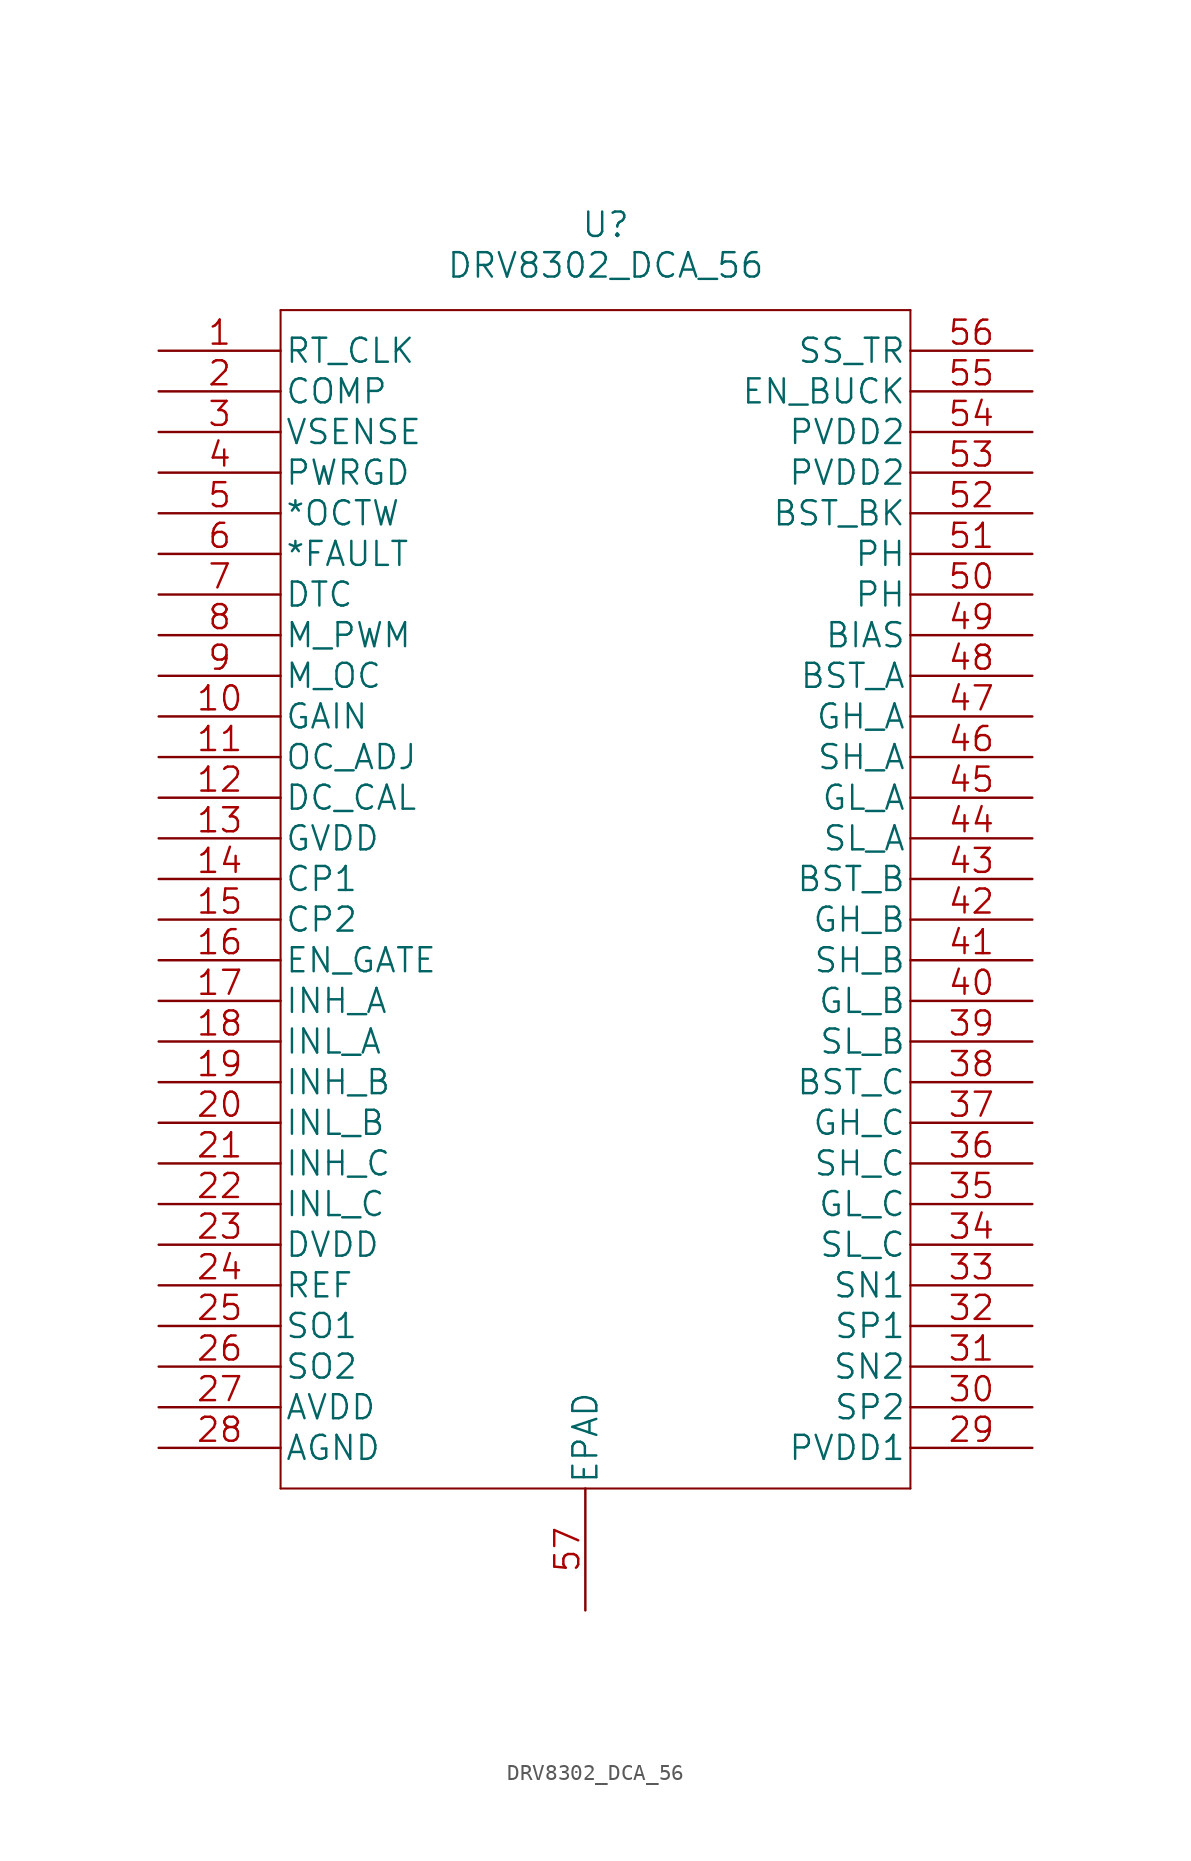
<source format=kicad_sym>
(kicad_symbol_lib
  (version 20220914)
  (generator kicad_symbol_editor)
  (symbol "DRV8302_DCA_56"
    (pin_names
      (offset 0.254))
    (property "Reference" "U"
      (at 27.94 7.874 0)
      (effects (font (size 1.524 1.524))))
    (property "Value" "DRV8302_DCA_56"
      (at 27.94 5.334 0)
      (effects (font (size 1.524 1.524))))
    (property "Datasheet" ""
      (at 0 0 0)
      (effects (font (size 1.524 1.524))))
    (symbol "DRV8302_DCA_56_1_1"
      (polyline (pts (xy 7.62 -71.12) (xy 46.99 -71.12)) (stroke (width 0.127) (type solid)) (fill (type none)))
      (polyline (pts (xy 7.62 2.54) (xy 7.62 -71.12)) (stroke (width 0.127) (type solid)) (fill (type none)))
      (polyline (pts (xy 46.99 -71.12) (xy 46.99 2.54)) (stroke (width 0.127) (type solid)) (fill (type none)))
      (polyline (pts (xy 46.99 2.54) (xy 7.62 2.54)) (stroke (width 0.127) (type solid)) (fill (type none)))
      (pin input line (at 0 0 0) (length 7.62) (name "RT_CLK" (effects (font (size 1.499 1.499)))) (number "1" (effects (font (size 1.499 1.499)))))
      (pin output line (at 0 -22.86 0) (length 7.62) (name "GAIN" (effects (font (size 1.499 1.499)))) (number "10" (effects (font (size 1.499 1.499)))))
      (pin input line (at 0 -25.4 0) (length 7.62) (name "OC_ADJ" (effects (font (size 1.499 1.499)))) (number "11" (effects (font (size 1.499 1.499)))))
      (pin input line (at 0 -27.94 0) (length 7.62) (name "DC_CAL" (effects (font (size 1.499 1.499)))) (number "12" (effects (font (size 1.499 1.499)))))
      (pin power_in line (at 0 -30.48 0) (length 7.62) (name "GVDD" (effects (font (size 1.499 1.499)))) (number "13" (effects (font (size 1.499 1.499)))))
      (pin power_in line (at 0 -33.02 0) (length 7.62) (name "CP1" (effects (font (size 1.499 1.499)))) (number "14" (effects (font (size 1.499 1.499)))))
      (pin power_in line (at 0 -35.56 0) (length 7.62) (name "CP2" (effects (font (size 1.499 1.499)))) (number "15" (effects (font (size 1.499 1.499)))))
      (pin input line (at 0 -38.1 0) (length 7.62) (name "EN_GATE" (effects (font (size 1.499 1.499)))) (number "16" (effects (font (size 1.499 1.499)))))
      (pin input line (at 0 -40.64 0) (length 7.62) (name "INH_A" (effects (font (size 1.499 1.499)))) (number "17" (effects (font (size 1.499 1.499)))))
      (pin input line (at 0 -43.18 0) (length 7.62) (name "INL_A" (effects (font (size 1.499 1.499)))) (number "18" (effects (font (size 1.499 1.499)))))
      (pin input line (at 0 -45.72 0) (length 7.62) (name "INH_B" (effects (font (size 1.499 1.499)))) (number "19" (effects (font (size 1.499 1.499)))))
      (pin output line (at 0 -2.54 0) (length 7.62) (name "COMP" (effects (font (size 1.499 1.499)))) (number "2" (effects (font (size 1.499 1.499)))))
      (pin input line (at 0 -48.26 0) (length 7.62) (name "INL_B" (effects (font (size 1.499 1.499)))) (number "20" (effects (font (size 1.499 1.499)))))
      (pin input line (at 0 -50.8 0) (length 7.62) (name "INH_C" (effects (font (size 1.499 1.499)))) (number "21" (effects (font (size 1.499 1.499)))))
      (pin input line (at 0 -53.34 0) (length 7.62) (name "INL_C" (effects (font (size 1.499 1.499)))) (number "22" (effects (font (size 1.499 1.499)))))
      (pin power_in line (at 0 -55.88 0) (length 7.62) (name "DVDD" (effects (font (size 1.499 1.499)))) (number "23" (effects (font (size 1.499 1.499)))))
      (pin input line (at 0 -58.42 0) (length 7.62) (name "REF" (effects (font (size 1.499 1.499)))) (number "24" (effects (font (size 1.499 1.499)))))
      (pin output line (at 0 -60.96 0) (length 7.62) (name "SO1" (effects (font (size 1.499 1.499)))) (number "25" (effects (font (size 1.499 1.499)))))
      (pin output line (at 0 -63.5 0) (length 7.62) (name "SO2" (effects (font (size 1.499 1.499)))) (number "26" (effects (font (size 1.499 1.499)))))
      (pin power_in line (at 0 -66.04 0) (length 7.62) (name "AVDD" (effects (font (size 1.499 1.499)))) (number "27" (effects (font (size 1.499 1.499)))))
      (pin power_in line (at 0 -68.58 0) (length 7.62) (name "AGND" (effects (font (size 1.499 1.499)))) (number "28" (effects (font (size 1.499 1.499)))))
      (pin power_in line (at 54.61 -68.58 180) (length 7.62) (name "PVDD1" (effects (font (size 1.499 1.499)))) (number "29" (effects (font (size 1.499 1.499)))))
      (pin input line (at 0 -5.08 0) (length 7.62) (name "VSENSE" (effects (font (size 1.499 1.499)))) (number "3" (effects (font (size 1.499 1.499)))))
      (pin input line (at 54.61 -66.04 180) (length 7.62) (name "SP2" (effects (font (size 1.499 1.499)))) (number "30" (effects (font (size 1.499 1.499)))))
      (pin input line (at 54.61 -63.5 180) (length 7.62) (name "SN2" (effects (font (size 1.499 1.499)))) (number "31" (effects (font (size 1.499 1.499)))))
      (pin input line (at 54.61 -60.96 180) (length 7.62) (name "SP1" (effects (font (size 1.499 1.499)))) (number "32" (effects (font (size 1.499 1.499)))))
      (pin input line (at 54.61 -58.42 180) (length 7.62) (name "SN1" (effects (font (size 1.499 1.499)))) (number "33" (effects (font (size 1.499 1.499)))))
      (pin input line (at 54.61 -55.88 180) (length 7.62) (name "SL_C" (effects (font (size 1.499 1.499)))) (number "34" (effects (font (size 1.499 1.499)))))
      (pin output line (at 54.61 -53.34 180) (length 7.62) (name "GL_C" (effects (font (size 1.499 1.499)))) (number "35" (effects (font (size 1.499 1.499)))))
      (pin input line (at 54.61 -50.8 180) (length 7.62) (name "SH_C" (effects (font (size 1.499 1.499)))) (number "36" (effects (font (size 1.499 1.499)))))
      (pin output line (at 54.61 -48.26 180) (length 7.62) (name "GH_C" (effects (font (size 1.499 1.499)))) (number "37" (effects (font (size 1.499 1.499)))))
      (pin power_in line (at 54.61 -45.72 180) (length 7.62) (name "BST_C" (effects (font (size 1.499 1.499)))) (number "38" (effects (font (size 1.499 1.499)))))
      (pin input line (at 54.61 -43.18 180) (length 7.62) (name "SL_B" (effects (font (size 1.499 1.499)))) (number "39" (effects (font (size 1.499 1.499)))))
      (pin input line (at 0 -7.62 0) (length 7.62) (name "PWRGD" (effects (font (size 1.499 1.499)))) (number "4" (effects (font (size 1.499 1.499)))))
      (pin output line (at 54.61 -40.64 180) (length 7.62) (name "GL_B" (effects (font (size 1.499 1.499)))) (number "40" (effects (font (size 1.499 1.499)))))
      (pin input line (at 54.61 -38.1 180) (length 7.62) (name "SH_B" (effects (font (size 1.499 1.499)))) (number "41" (effects (font (size 1.499 1.499)))))
      (pin output line (at 54.61 -35.56 180) (length 7.62) (name "GH_B" (effects (font (size 1.499 1.499)))) (number "42" (effects (font (size 1.499 1.499)))))
      (pin power_in line (at 54.61 -33.02 180) (length 7.62) (name "BST_B" (effects (font (size 1.499 1.499)))) (number "43" (effects (font (size 1.499 1.499)))))
      (pin input line (at 54.61 -30.48 180) (length 7.62) (name "SL_A" (effects (font (size 1.499 1.499)))) (number "44" (effects (font (size 1.499 1.499)))))
      (pin output line (at 54.61 -27.94 180) (length 7.62) (name "GL_A" (effects (font (size 1.499 1.499)))) (number "45" (effects (font (size 1.499 1.499)))))
      (pin input line (at 54.61 -25.4 180) (length 7.62) (name "SH_A" (effects (font (size 1.499 1.499)))) (number "46" (effects (font (size 1.499 1.499)))))
      (pin output line (at 54.61 -22.86 180) (length 7.62) (name "GH_A" (effects (font (size 1.499 1.499)))) (number "47" (effects (font (size 1.499 1.499)))))
      (pin power_in line (at 54.61 -20.32 180) (length 7.62) (name "BST_A" (effects (font (size 1.499 1.499)))) (number "48" (effects (font (size 1.499 1.499)))))
      (pin input line (at 54.61 -17.78 180) (length 7.62) (name "BIAS" (effects (font (size 1.499 1.499)))) (number "49" (effects (font (size 1.499 1.499)))))
      (pin output line (at 0 -10.16 0) (length 7.62) (name "*OCTW" (effects (font (size 1.499 1.499)))) (number "5" (effects (font (size 1.499 1.499)))))
      (pin output line (at 54.61 -15.24 180) (length 7.62) (name "PH" (effects (font (size 1.499 1.499)))) (number "50" (effects (font (size 1.499 1.499)))))
      (pin output line (at 54.61 -12.7 180) (length 7.62) (name "PH" (effects (font (size 1.499 1.499)))) (number "51" (effects (font (size 1.499 1.499)))))
      (pin power_in line (at 54.61 -10.16 180) (length 7.62) (name "BST_BK" (effects (font (size 1.499 1.499)))) (number "52" (effects (font (size 1.499 1.499)))))
      (pin power_in line (at 54.61 -7.62 180) (length 7.62) (name "PVDD2" (effects (font (size 1.499 1.499)))) (number "53" (effects (font (size 1.499 1.499)))))
      (pin power_in line (at 54.61 -5.08 180) (length 7.62) (name "PVDD2" (effects (font (size 1.499 1.499)))) (number "54" (effects (font (size 1.499 1.499)))))
      (pin input line (at 54.61 -2.54 180) (length 7.62) (name "EN_BUCK" (effects (font (size 1.499 1.499)))) (number "55" (effects (font (size 1.499 1.499)))))
      (pin input line (at 54.61 0 180) (length 7.62) (name "SS_TR" (effects (font (size 1.499 1.499)))) (number "56" (effects (font (size 1.499 1.499)))))
      (pin unspecified line (at 26.67 -78.74 90) (length 7.62) (name "EPAD" (effects (font (size 1.499 1.499)))) (number "57" (effects (font (size 1.499 1.499)))))
      (pin output line (at 0 -12.7 0) (length 7.62) (name "*FAULT" (effects (font (size 1.499 1.499)))) (number "6" (effects (font (size 1.499 1.499)))))
      (pin input line (at 0 -15.24 0) (length 7.62) (name "DTC" (effects (font (size 1.499 1.499)))) (number "7" (effects (font (size 1.499 1.499)))))
      (pin input line (at 0 -17.78 0) (length 7.62) (name "M_PWM" (effects (font (size 1.499 1.499)))) (number "8" (effects (font (size 1.499 1.499)))))
      (pin input line (at 0 -20.32 0) (length 7.62) (name "M_OC" (effects (font (size 1.499 1.499)))) (number "9" (effects (font (size 1.499 1.499))))))))
</source>
